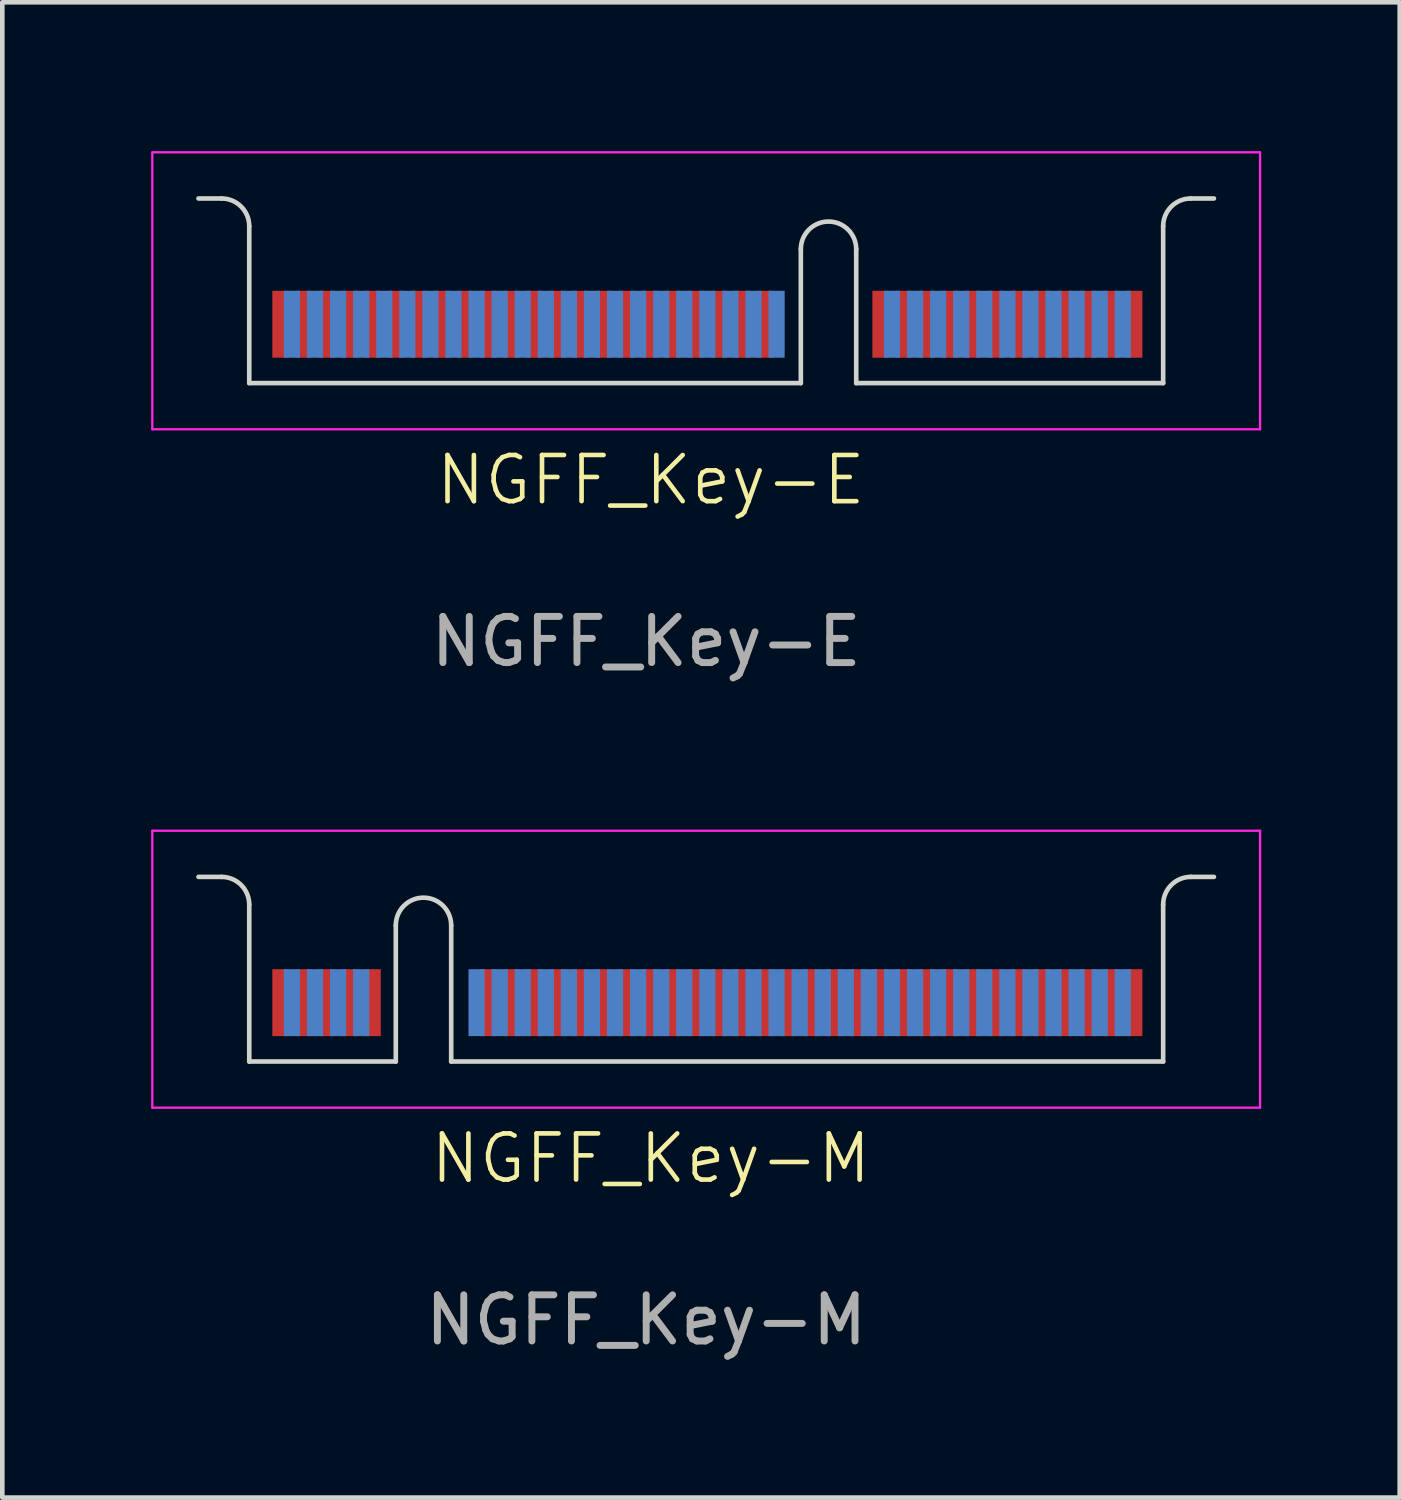
<source format=kicad_pcb>
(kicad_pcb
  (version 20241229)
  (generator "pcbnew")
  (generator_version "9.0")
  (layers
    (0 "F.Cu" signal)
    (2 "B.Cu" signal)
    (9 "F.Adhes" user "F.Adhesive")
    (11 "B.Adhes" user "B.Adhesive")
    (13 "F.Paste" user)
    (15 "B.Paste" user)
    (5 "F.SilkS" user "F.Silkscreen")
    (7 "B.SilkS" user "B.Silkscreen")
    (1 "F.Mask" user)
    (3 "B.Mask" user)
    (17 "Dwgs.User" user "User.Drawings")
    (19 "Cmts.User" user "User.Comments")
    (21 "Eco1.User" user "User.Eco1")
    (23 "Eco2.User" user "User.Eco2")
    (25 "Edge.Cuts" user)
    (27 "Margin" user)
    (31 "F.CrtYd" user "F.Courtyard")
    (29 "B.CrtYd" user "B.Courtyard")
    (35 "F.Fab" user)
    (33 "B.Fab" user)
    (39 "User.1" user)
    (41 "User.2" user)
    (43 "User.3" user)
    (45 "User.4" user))
  (footprint "NGFF_Key-E"
    (layer "F.Cu")
    (at 0.25 0.25)
    (property "Reference" "NGFF_Key-E" (at 10.8 7.1 0) (unlocked yes) (layer "F.SilkS") (effects (font (size 1 1) (thickness 0.1))))
    (attr smd)
    (fp_line (start 1 1) (end 1.5 1) (stroke (width 0.1) (type default)) (layer "Edge.Cuts"))
    (fp_line (start 2.1 1.6) (end 2.1 5) (stroke (width 0.1) (type default)) (layer "Edge.Cuts"))
    (fp_line (start 2.1 5) (end 14.05 5) (stroke (width 0.1) (type solid)) (layer "Edge.Cuts"))
    (fp_line (start 14.05 5) (end 14.05 2.1) (stroke (width 0.1) (type solid)) (layer "Edge.Cuts"))
    (fp_line (start 15.25 2.1) (end 15.25 5) (stroke (width 0.1) (type solid)) (layer "Edge.Cuts"))
    (fp_line (start 15.25 5) (end 21.9 5) (stroke (width 0.1) (type default)) (layer "Edge.Cuts"))
    (fp_line (start 21.9 1.6) (end 21.9 5) (stroke (width 0.1) (type default)) (layer "Edge.Cuts"))
    (fp_line (start 23 1) (end 22.5 1) (stroke (width 0.1) (type default)) (layer "Edge.Cuts"))
    (fp_arc (start 1.5 1) (mid 1.924264 1.175736) (end 2.1 1.6) (stroke (width 0.1) (type default)) (layer "Edge.Cuts"))
    (fp_arc (start 14.05 2.1) (mid 14.65 1.5) (end 15.25 2.1) (stroke (width 0.1) (type solid)) (layer "Edge.Cuts"))
    (fp_arc (start 21.9 1.6) (mid 22.075736 1.175736) (end 22.5 1) (stroke (width 0.1) (type default)) (layer "Edge.Cuts"))
    (fp_line (start 0 0) (end 0 6) (stroke (width 0.05) (type default)) (layer "F.CrtYd"))
    (fp_line (start 0 6) (end 24 6) (stroke (width 0.05) (type default)) (layer "F.CrtYd"))
    (fp_line (start 24 0) (end 0 0) (stroke (width 0.05) (type default)) (layer "F.CrtYd"))
    (fp_line (start 24 6) (end 24 0) (stroke (width 0.05) (type default)) (layer "F.CrtYd"))
    (fp_text user "${REFERENCE}" (at 10.7 10.6 0) (unlocked yes) (layer "F.Fab") (effects (font (size 1 1) (thickness 0.15))))
    (pad "1" connect rect (at 21.275 3.725) (size 0.35 1.45) (layers "F.Cu" "F.Mask"))
    (pad "2" connect rect (at 21.025 3.725) (size 0.35 1.45) (layers "B.Cu" "B.Mask"))
    (pad "3" connect rect (at 20.775 3.725) (size 0.35 1.45) (layers "F.Cu" "F.Mask"))
    (pad "4" connect rect (at 20.525 3.725) (size 0.35 1.45) (layers "B.Cu" "B.Mask"))
    (pad "5" connect rect (at 20.275 3.725) (size 0.35 1.45) (layers "F.Cu" "F.Mask"))
    (pad "6" connect rect (at 20.025 3.725) (size 0.35 1.45) (layers "B.Cu" "B.Mask"))
    (pad "7" connect rect (at 19.775 3.725) (size 0.35 1.45) (layers "F.Cu" "F.Mask"))
    (pad "8" connect rect (at 19.525 3.725) (size 0.35 1.45) (layers "B.Cu" "B.Mask"))
    (pad "9" connect rect (at 19.275 3.725) (size 0.35 1.45) (layers "F.Cu" "F.Mask"))
    (pad "10" connect rect (at 19.025 3.725) (size 0.35 1.45) (layers "B.Cu" "B.Mask"))
    (pad "11" connect rect (at 18.775 3.725) (size 0.35 1.45) (layers "F.Cu" "F.Mask"))
    (pad "12" connect rect (at 18.525 3.725) (size 0.35 1.45) (layers "B.Cu" "B.Mask"))
    (pad "13" connect rect (at 18.275 3.725) (size 0.35 1.45) (layers "F.Cu" "F.Mask"))
    (pad "14" connect rect (at 18.025 3.725) (size 0.35 1.45) (layers "B.Cu" "B.Mask"))
    (pad "15" connect rect (at 17.775 3.725) (size 0.35 1.45) (layers "F.Cu" "F.Mask"))
    (pad "16" connect rect (at 17.525 3.725) (size 0.35 1.45) (layers "B.Cu" "B.Mask"))
    (pad "17" connect rect (at 17.275 3.725) (size 0.35 1.45) (layers "F.Cu" "F.Mask"))
    (pad "18" connect rect (at 17.025 3.725) (size 0.35 1.45) (layers "B.Cu" "B.Mask"))
    (pad "19" connect rect (at 16.775 3.725) (size 0.35 1.45) (layers "F.Cu" "F.Mask"))
    (pad "20" connect rect (at 16.525 3.725) (size 0.35 1.45) (layers "B.Cu" "B.Mask"))
    (pad "21" connect rect (at 16.275 3.725) (size 0.35 1.45) (layers "F.Cu" "F.Mask"))
    (pad "22" connect rect (at 16.025 3.725) (size 0.35 1.45) (layers "B.Cu" "B.Mask"))
    (pad "23" connect rect (at 15.775 3.725) (size 0.35 1.45) (layers "F.Cu" "F.Mask"))
    (pad "32" connect rect (at 13.525 3.725) (size 0.35 1.45) (layers "B.Cu" "B.Mask"))
    (pad "33" connect rect (at 13.275 3.725) (size 0.35 1.45) (layers "F.Cu" "F.Mask"))
    (pad "34" connect rect (at 13.025 3.725) (size 0.35 1.45) (layers "B.Cu" "B.Mask"))
    (pad "35" connect rect (at 12.775 3.725) (size 0.35 1.45) (layers "F.Cu" "F.Mask"))
    (pad "36" connect rect (at 12.525 3.725) (size 0.35 1.45) (layers "B.Cu" "B.Mask"))
    (pad "37" connect rect (at 12.275 3.725) (size 0.35 1.45) (layers "F.Cu" "F.Mask"))
    (pad "38" connect rect (at 12.025 3.725) (size 0.35 1.45) (layers "B.Cu" "B.Mask"))
    (pad "39" connect rect (at 11.775 3.725) (size 0.35 1.45) (layers "F.Cu" "F.Mask"))
    (pad "40" connect rect (at 11.525 3.725) (size 0.35 1.45) (layers "B.Cu" "B.Mask"))
    (pad "41" connect rect (at 11.275 3.725) (size 0.35 1.45) (layers "F.Cu" "F.Mask"))
    (pad "42" connect rect (at 11.025 3.725) (size 0.35 1.45) (layers "B.Cu" "B.Mask"))
    (pad "43" connect rect (at 10.775 3.725) (size 0.35 1.45) (layers "F.Cu" "F.Mask"))
    (pad "44" connect rect (at 10.525 3.725) (size 0.35 1.45) (layers "B.Cu" "B.Mask"))
    (pad "45" connect rect (at 10.275 3.725) (size 0.35 1.45) (layers "F.Cu" "F.Mask"))
    (pad "46" connect rect (at 10.025 3.725) (size 0.35 1.45) (layers "B.Cu" "B.Mask"))
    (pad "47" connect rect (at 9.775 3.725) (size 0.35 1.45) (layers "F.Cu" "F.Mask"))
    (pad "48" connect rect (at 9.525 3.725) (size 0.35 1.45) (layers "B.Cu" "B.Mask"))
    (pad "49" connect rect (at 9.275 3.725) (size 0.35 1.45) (layers "F.Cu" "F.Mask"))
    (pad "50" connect rect (at 9.025 3.725) (size 0.35 1.45) (layers "B.Cu" "B.Mask"))
    (pad "51" connect rect (at 8.775 3.725) (size 0.35 1.45) (layers "F.Cu" "F.Mask"))
    (pad "52" connect rect (at 8.525 3.725) (size 0.35 1.45) (layers "B.Cu" "B.Mask"))
    (pad "53" connect rect (at 8.275 3.725) (size 0.35 1.45) (layers "F.Cu" "F.Mask"))
    (pad "54" connect rect (at 8.025 3.725) (size 0.35 1.45) (layers "B.Cu" "B.Mask"))
    (pad "55" connect rect (at 7.775 3.725) (size 0.35 1.45) (layers "F.Cu" "F.Mask"))
    (pad "56" connect rect (at 7.525 3.725) (size 0.35 1.45) (layers "B.Cu" "B.Mask"))
    (pad "57" connect rect (at 7.275 3.725) (size 0.35 1.45) (layers "F.Cu" "F.Mask"))
    (pad "58" connect rect (at 7.025 3.725) (size 0.35 1.45) (layers "B.Cu" "B.Mask"))
    (pad "59" connect rect (at 6.775 3.725) (size 0.35 1.45) (layers "F.Cu" "F.Mask"))
    (pad "60" connect rect (at 6.525 3.725) (size 0.35 1.45) (layers "B.Cu" "B.Mask"))
    (pad "61" connect rect (at 6.275 3.725) (size 0.35 1.45) (layers "F.Cu" "F.Mask"))
    (pad "62" connect rect (at 6.025 3.725) (size 0.35 1.45) (layers "B.Cu" "B.Mask"))
    (pad "63" connect rect (at 5.775 3.725) (size 0.35 1.45) (layers "F.Cu" "F.Mask"))
    (pad "64" connect rect (at 5.525 3.725) (size 0.35 1.45) (layers "B.Cu" "B.Mask"))
    (pad "65" connect rect (at 5.275 3.725) (size 0.35 1.45) (layers "F.Cu" "F.Mask"))
    (pad "66" connect rect (at 5.025 3.725) (size 0.35 1.45) (layers "B.Cu" "B.Mask"))
    (pad "67" connect rect (at 4.775 3.725) (size 0.35 1.45) (layers "F.Cu" "F.Mask"))
    (pad "68" connect rect (at 4.525 3.725) (size 0.35 1.45) (layers "B.Cu" "B.Mask"))
    (pad "69" connect rect (at 4.275 3.725) (size 0.35 1.45) (layers "F.Cu" "F.Mask"))
    (pad "70" connect rect (at 4.025 3.725) (size 0.35 1.45) (layers "B.Cu" "B.Mask"))
    (pad "71" connect rect (at 3.775 3.725) (size 0.35 1.45) (layers "F.Cu" "F.Mask"))
    (pad "72" connect rect (at 3.525 3.725) (size 0.35 1.45) (layers "B.Cu" "B.Mask"))
    (pad "73" connect rect (at 3.275 3.725) (size 0.35 1.45) (layers "F.Cu" "F.Mask"))
    (pad "74" connect rect (at 3.025 3.725) (size 0.35 1.45) (layers "B.Cu" "B.Mask"))
    (pad "75" connect rect (at 2.775 3.725) (size 0.35 1.45) (layers "F.Cu" "F.Mask")))
  (footprint "NGFF_Key-M"
    (layer "F.Cu")
    (at 0.25 14.948)
    (property "Reference" "NGFF_Key-M" (at 10.8 7.1 0) (unlocked yes) (layer "F.SilkS") (effects (font (size 1 1) (thickness 0.1))))
    (attr smd)
    (fp_line (start 1 1) (end 1.5 1) (stroke (width 0.1) (type default)) (layer "Edge.Cuts"))
    (fp_line (start 2.1 1.6) (end 2.1 5) (stroke (width 0.1) (type default)) (layer "Edge.Cuts"))
    (fp_line (start 2.1 5) (end 5.275 5) (stroke (width 0.1) (type solid)) (layer "Edge.Cuts"))
    (fp_line (start 5.275 5) (end 5.275 2.05) (stroke (width 0.1) (type solid)) (layer "Edge.Cuts"))
    (fp_line (start 6.475 2.05) (end 6.475 5) (stroke (width 0.1) (type solid)) (layer "Edge.Cuts"))
    (fp_line (start 6.475 5) (end 21.9 5) (stroke (width 0.1) (type solid)) (layer "Edge.Cuts"))
    (fp_line (start 21.9 1.6) (end 21.9 5) (stroke (width 0.1) (type default)) (layer "Edge.Cuts"))
    (fp_line (start 23 1) (end 22.5 1) (stroke (width 0.1) (type default)) (layer "Edge.Cuts"))
    (fp_arc (start 1.5 1) (mid 1.924264 1.175736) (end 2.1 1.6) (stroke (width 0.1) (type default)) (layer "Edge.Cuts"))
    (fp_arc (start 5.275 2.05) (mid 5.875 1.45) (end 6.475 2.05) (stroke (width 0.1) (type solid)) (layer "Edge.Cuts"))
    (fp_arc (start 21.9 1.6) (mid 22.075736 1.175736) (end 22.5 1) (stroke (width 0.1) (type default)) (layer "Edge.Cuts"))
    (fp_line (start 0 0) (end 0 6) (stroke (width 0.05) (type default)) (layer "F.CrtYd"))
    (fp_line (start 0 6) (end 24 6) (stroke (width 0.05) (type default)) (layer "F.CrtYd"))
    (fp_line (start 24 0) (end 0 0) (stroke (width 0.05) (type default)) (layer "F.CrtYd"))
    (fp_line (start 24 6) (end 24 0) (stroke (width 0.05) (type default)) (layer "F.CrtYd"))
    (fp_text user "${REFERENCE}" (at 10.7 10.6 0) (unlocked yes) (layer "F.Fab") (effects (font (size 1 1) (thickness 0.15))))
    (pad "1" connect rect (at 21.275 3.725) (size 0.35 1.45) (layers "F.Cu" "F.Mask"))
    (pad "2" connect rect (at 21.025 3.725) (size 0.35 1.45) (layers "B.Cu" "B.Mask"))
    (pad "3" connect rect (at 20.775 3.725) (size 0.35 1.45) (layers "F.Cu" "F.Mask"))
    (pad "4" connect rect (at 20.525 3.725) (size 0.35 1.45) (layers "B.Cu" "B.Mask"))
    (pad "5" connect rect (at 20.275 3.725) (size 0.35 1.45) (layers "F.Cu" "F.Mask"))
    (pad "6" connect rect (at 20.025 3.725) (size 0.35 1.45) (layers "B.Cu" "B.Mask"))
    (pad "7" connect rect (at 19.775 3.725) (size 0.35 1.45) (layers "F.Cu" "F.Mask"))
    (pad "8" connect rect (at 19.525 3.725) (size 0.35 1.45) (layers "B.Cu" "B.Mask"))
    (pad "9" connect rect (at 19.275 3.725) (size 0.35 1.45) (layers "F.Cu" "F.Mask"))
    (pad "10" connect rect (at 19.025 3.725) (size 0.35 1.45) (layers "B.Cu" "B.Mask"))
    (pad "11" connect rect (at 18.775 3.725) (size 0.35 1.45) (layers "F.Cu" "F.Mask"))
    (pad "12" connect rect (at 18.525 3.725) (size 0.35 1.45) (layers "B.Cu" "B.Mask"))
    (pad "13" connect rect (at 18.275 3.725) (size 0.35 1.45) (layers "F.Cu" "F.Mask"))
    (pad "14" connect rect (at 18.025 3.725) (size 0.35 1.45) (layers "B.Cu" "B.Mask"))
    (pad "15" connect rect (at 17.775 3.725) (size 0.35 1.45) (layers "F.Cu" "F.Mask"))
    (pad "16" connect rect (at 17.525 3.725) (size 0.35 1.45) (layers "B.Cu" "B.Mask"))
    (pad "17" connect rect (at 17.275 3.725) (size 0.35 1.45) (layers "F.Cu" "F.Mask"))
    (pad "18" connect rect (at 17.025 3.725) (size 0.35 1.45) (layers "B.Cu" "B.Mask"))
    (pad "19" connect rect (at 16.775 3.725) (size 0.35 1.45) (layers "F.Cu" "F.Mask"))
    (pad "20" connect rect (at 16.525 3.725) (size 0.35 1.45) (layers "B.Cu" "B.Mask"))
    (pad "21" connect rect (at 16.275 3.725) (size 0.35 1.45) (layers "F.Cu" "F.Mask"))
    (pad "22" connect rect (at 16.025 3.725) (size 0.35 1.45) (layers "B.Cu" "B.Mask"))
    (pad "23" connect rect (at 15.775 3.725) (size 0.35 1.45) (layers "F.Cu" "F.Mask"))
    (pad "24" connect rect (at 15.525 3.725) (size 0.35 1.45) (layers "B.Cu" "B.Mask"))
    (pad "25" connect rect (at 15.275 3.725) (size 0.35 1.45) (layers "F.Cu" "F.Mask"))
    (pad "26" connect rect (at 15.025 3.725) (size 0.35 1.45) (layers "B.Cu" "B.Mask"))
    (pad "27" connect rect (at 14.775 3.725) (size 0.35 1.45) (layers "F.Cu" "F.Mask"))
    (pad "28" connect rect (at 14.525 3.725) (size 0.35 1.45) (layers "B.Cu" "B.Mask"))
    (pad "29" connect rect (at 14.275 3.725) (size 0.35 1.45) (layers "F.Cu" "F.Mask"))
    (pad "30" connect rect (at 14.025 3.725) (size 0.35 1.45) (layers "B.Cu" "B.Mask"))
    (pad "31" connect rect (at 13.775 3.725) (size 0.35 1.45) (layers "F.Cu" "F.Mask"))
    (pad "32" connect rect (at 13.525 3.725) (size 0.35 1.45) (layers "B.Cu" "B.Mask"))
    (pad "33" connect rect (at 13.275 3.725) (size 0.35 1.45) (layers "F.Cu" "F.Mask"))
    (pad "34" connect rect (at 13.025 3.725) (size 0.35 1.45) (layers "B.Cu" "B.Mask"))
    (pad "35" connect rect (at 12.775 3.725) (size 0.35 1.45) (layers "F.Cu" "F.Mask"))
    (pad "36" connect rect (at 12.525 3.725) (size 0.35 1.45) (layers "B.Cu" "B.Mask"))
    (pad "37" connect rect (at 12.275 3.725) (size 0.35 1.45) (layers "F.Cu" "F.Mask"))
    (pad "38" connect rect (at 12.025 3.725) (size 0.35 1.45) (layers "B.Cu" "B.Mask"))
    (pad "39" connect rect (at 11.775 3.725) (size 0.35 1.45) (layers "F.Cu" "F.Mask"))
    (pad "40" connect rect (at 11.525 3.725) (size 0.35 1.45) (layers "B.Cu" "B.Mask"))
    (pad "41" connect rect (at 11.275 3.725) (size 0.35 1.45) (layers "F.Cu" "F.Mask"))
    (pad "42" connect rect (at 11.025 3.725) (size 0.35 1.45) (layers "B.Cu" "B.Mask"))
    (pad "43" connect rect (at 10.775 3.725) (size 0.35 1.45) (layers "F.Cu" "F.Mask"))
    (pad "44" connect rect (at 10.525 3.725) (size 0.35 1.45) (layers "B.Cu" "B.Mask"))
    (pad "45" connect rect (at 10.275 3.725) (size 0.35 1.45) (layers "F.Cu" "F.Mask"))
    (pad "46" connect rect (at 10.025 3.725) (size 0.35 1.45) (layers "B.Cu" "B.Mask"))
    (pad "47" connect rect (at 9.775 3.725) (size 0.35 1.45) (layers "F.Cu" "F.Mask"))
    (pad "48" connect rect (at 9.525 3.725) (size 0.35 1.45) (layers "B.Cu" "B.Mask"))
    (pad "49" connect rect (at 9.275 3.725) (size 0.35 1.45) (layers "F.Cu" "F.Mask"))
    (pad "50" connect rect (at 9.025 3.725) (size 0.35 1.45) (layers "B.Cu" "B.Mask"))
    (pad "51" connect rect (at 8.775 3.725) (size 0.35 1.45) (layers "F.Cu" "F.Mask"))
    (pad "52" connect rect (at 8.525 3.725) (size 0.35 1.45) (layers "B.Cu" "B.Mask"))
    (pad "53" connect rect (at 8.275 3.725) (size 0.35 1.45) (layers "F.Cu" "F.Mask"))
    (pad "54" connect rect (at 8.025 3.725) (size 0.35 1.45) (layers "B.Cu" "B.Mask"))
    (pad "55" connect rect (at 7.775 3.725) (size 0.35 1.45) (layers "F.Cu" "F.Mask"))
    (pad "56" connect rect (at 7.525 3.725) (size 0.35 1.45) (layers "B.Cu" "B.Mask"))
    (pad "57" connect rect (at 7.275 3.725) (size 0.35 1.45) (layers "F.Cu" "F.Mask"))
    (pad "58" connect rect (at 7.025 3.725) (size 0.35 1.45) (layers "B.Cu" "B.Mask"))
    (pad "67" connect rect (at 4.775 3.725) (size 0.35 1.45) (layers "F.Cu" "F.Mask"))
    (pad "68" connect rect (at 4.525 3.725) (size 0.35 1.45) (layers "B.Cu" "B.Mask"))
    (pad "69" connect rect (at 4.275 3.725) (size 0.35 1.45) (layers "F.Cu" "F.Mask"))
    (pad "70" connect rect (at 4.025 3.725) (size 0.35 1.45) (layers "B.Cu" "B.Mask"))
    (pad "71" connect rect (at 3.775 3.725) (size 0.35 1.45) (layers "F.Cu" "F.Mask"))
    (pad "72" connect rect (at 3.525 3.725) (size 0.35 1.45) (layers "B.Cu" "B.Mask"))
    (pad "73" connect rect (at 3.275 3.725) (size 0.35 1.45) (layers "F.Cu" "F.Mask"))
    (pad "74" connect rect (at 3.025 3.725) (size 0.35 1.45) (layers "B.Cu" "B.Mask"))
    (pad "75" connect rect (at 2.775 3.725) (size 0.35 1.45) (layers "F.Cu" "F.Mask")))
  (gr_rect
    (start -3 -3)
    (end 27.275 29.396)
    (stroke (width 0.1) (type default))
    (fill no)
    (layer "Edge.Cuts")))
</source>
